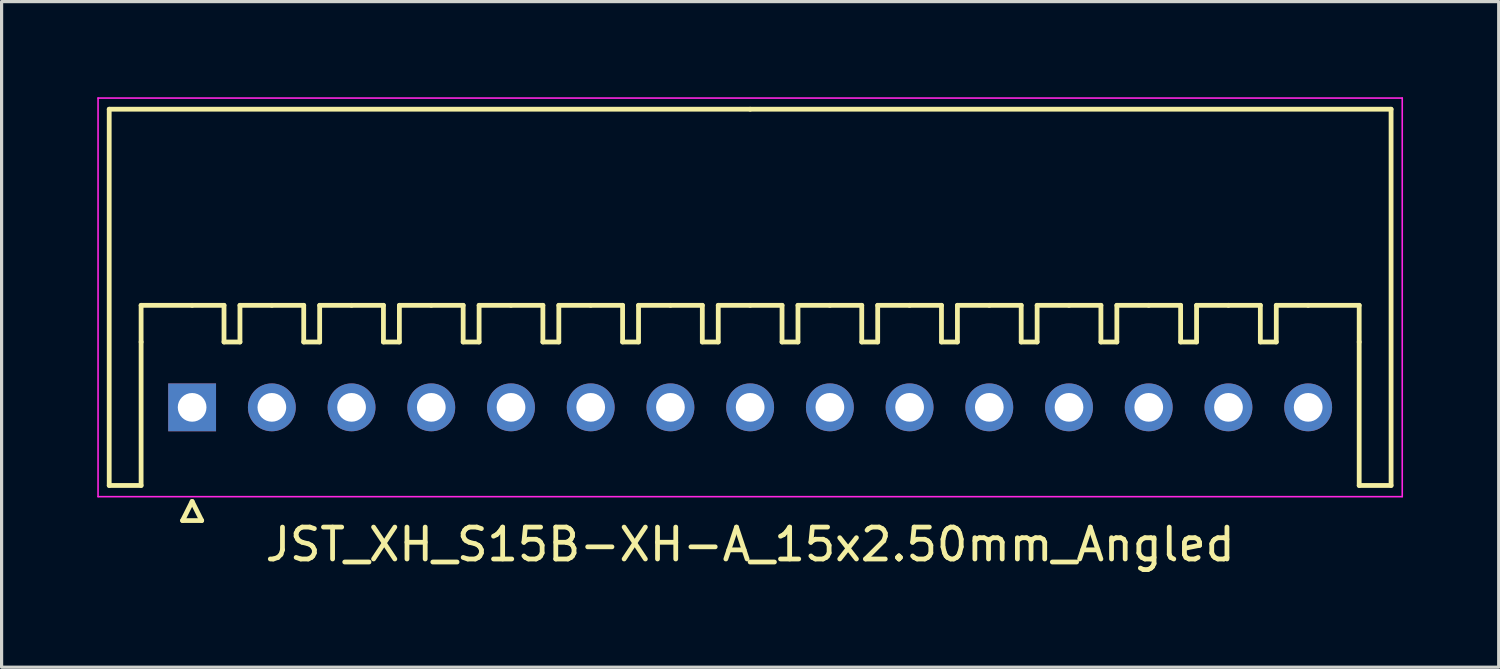
<source format=kicad_pcb>
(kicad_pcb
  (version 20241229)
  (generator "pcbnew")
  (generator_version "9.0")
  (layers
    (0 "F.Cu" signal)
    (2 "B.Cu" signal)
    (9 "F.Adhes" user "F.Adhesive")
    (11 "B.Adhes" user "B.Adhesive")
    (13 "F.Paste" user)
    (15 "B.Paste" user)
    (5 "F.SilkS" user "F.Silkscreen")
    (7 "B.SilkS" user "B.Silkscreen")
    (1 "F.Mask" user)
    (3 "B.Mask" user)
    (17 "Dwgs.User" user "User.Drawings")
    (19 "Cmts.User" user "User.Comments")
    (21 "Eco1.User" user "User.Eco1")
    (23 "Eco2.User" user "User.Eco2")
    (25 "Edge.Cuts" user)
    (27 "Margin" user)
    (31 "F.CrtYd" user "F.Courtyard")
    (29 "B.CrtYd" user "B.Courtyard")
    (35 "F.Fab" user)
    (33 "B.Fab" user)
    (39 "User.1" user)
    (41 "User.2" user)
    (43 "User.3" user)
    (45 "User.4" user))
  (footprint "JST_XH_S15B-XH-A_15x2.50mm_Angled"
    (layer "F.Cu")
    (at 2.975 9.725)
    (property "Reference" "JST_XH_S15B-XH-A_15x2.50mm_Angled" (at 17.5 4.3 0) (layer "F.SilkS") (effects (font (size 1 1) (thickness 0.15))))
    (attr through_hole)
    (fp_line (start -2.6 -9.35) (end -2.6 2.45) (stroke (width 0.15) (type solid)) (layer "F.SilkS"))
    (fp_line (start -2.6 2.45) (end -1.6 2.45) (stroke (width 0.15) (type solid)) (layer "F.SilkS"))
    (fp_line (start -1.6 -3.2) (end 0 -3.2) (stroke (width 0.15) (type solid)) (layer "F.SilkS"))
    (fp_line (start -1.6 -2.05) (end -1.6 -3.2) (stroke (width 0.15) (type solid)) (layer "F.SilkS"))
    (fp_line (start -1.6 2.45) (end -1.6 -2.05) (stroke (width 0.15) (type solid)) (layer "F.SilkS"))
    (fp_line (start -0.3 3.55) (end 0.3 3.55) (stroke (width 0.15) (type solid)) (layer "F.SilkS"))
    (fp_line (start 0 -3.2) (end 1 -3.2) (stroke (width 0.15) (type solid)) (layer "F.SilkS"))
    (fp_line (start 0 2.95) (end -0.3 3.55) (stroke (width 0.15) (type solid)) (layer "F.SilkS"))
    (fp_line (start 0.3 3.55) (end 0 2.95) (stroke (width 0.15) (type solid)) (layer "F.SilkS"))
    (fp_line (start 1 -3.2) (end 1 -2.05) (stroke (width 0.15) (type solid)) (layer "F.SilkS"))
    (fp_line (start 1 -2.05) (end 1.5 -2.05) (stroke (width 0.15) (type solid)) (layer "F.SilkS"))
    (fp_line (start 1.5 -3.2) (end 2.5 -3.2) (stroke (width 0.15) (type solid)) (layer "F.SilkS"))
    (fp_line (start 1.5 -2.05) (end 1.5 -3.2) (stroke (width 0.15) (type solid)) (layer "F.SilkS"))
    (fp_line (start 2.5 -3.2) (end 3.5 -3.2) (stroke (width 0.15) (type solid)) (layer "F.SilkS"))
    (fp_line (start 3.5 -3.2) (end 3.5 -2.05) (stroke (width 0.15) (type solid)) (layer "F.SilkS"))
    (fp_line (start 3.5 -2.05) (end 4 -2.05) (stroke (width 0.15) (type solid)) (layer "F.SilkS"))
    (fp_line (start 4 -3.2) (end 5 -3.2) (stroke (width 0.15) (type solid)) (layer "F.SilkS"))
    (fp_line (start 4 -2.05) (end 4 -3.2) (stroke (width 0.15) (type solid)) (layer "F.SilkS"))
    (fp_line (start 5 -3.2) (end 6 -3.2) (stroke (width 0.15) (type solid)) (layer "F.SilkS"))
    (fp_line (start 6 -3.2) (end 6 -2.05) (stroke (width 0.15) (type solid)) (layer "F.SilkS"))
    (fp_line (start 6 -2.05) (end 6.5 -2.05) (stroke (width 0.15) (type solid)) (layer "F.SilkS"))
    (fp_line (start 6.5 -3.2) (end 7.5 -3.2) (stroke (width 0.15) (type solid)) (layer "F.SilkS"))
    (fp_line (start 6.5 -2.05) (end 6.5 -3.2) (stroke (width 0.15) (type solid)) (layer "F.SilkS"))
    (fp_line (start 7.5 -3.2) (end 8.5 -3.2) (stroke (width 0.15) (type solid)) (layer "F.SilkS"))
    (fp_line (start 8.5 -3.2) (end 8.5 -2.05) (stroke (width 0.15) (type solid)) (layer "F.SilkS"))
    (fp_line (start 8.5 -2.05) (end 9 -2.05) (stroke (width 0.15) (type solid)) (layer "F.SilkS"))
    (fp_line (start 9 -3.2) (end 10 -3.2) (stroke (width 0.15) (type solid)) (layer "F.SilkS"))
    (fp_line (start 9 -2.05) (end 9 -3.2) (stroke (width 0.15) (type solid)) (layer "F.SilkS"))
    (fp_line (start 10 -3.2) (end 11 -3.2) (stroke (width 0.15) (type solid)) (layer "F.SilkS"))
    (fp_line (start 11 -3.2) (end 11 -2.05) (stroke (width 0.15) (type solid)) (layer "F.SilkS"))
    (fp_line (start 11 -2.05) (end 11.5 -2.05) (stroke (width 0.15) (type solid)) (layer "F.SilkS"))
    (fp_line (start 11.5 -3.2) (end 12.5 -3.2) (stroke (width 0.15) (type solid)) (layer "F.SilkS"))
    (fp_line (start 11.5 -2.05) (end 11.5 -3.2) (stroke (width 0.15) (type solid)) (layer "F.SilkS"))
    (fp_line (start 12.5 -3.2) (end 13.5 -3.2) (stroke (width 0.15) (type solid)) (layer "F.SilkS"))
    (fp_line (start 13.5 -3.2) (end 13.5 -2.05) (stroke (width 0.15) (type solid)) (layer "F.SilkS"))
    (fp_line (start 13.5 -2.05) (end 14 -2.05) (stroke (width 0.15) (type solid)) (layer "F.SilkS"))
    (fp_line (start 14 -3.2) (end 15 -3.2) (stroke (width 0.15) (type solid)) (layer "F.SilkS"))
    (fp_line (start 14 -2.05) (end 14 -3.2) (stroke (width 0.15) (type solid)) (layer "F.SilkS"))
    (fp_line (start 15 -3.2) (end 16 -3.2) (stroke (width 0.15) (type solid)) (layer "F.SilkS"))
    (fp_line (start 16 -3.2) (end 16 -2.05) (stroke (width 0.15) (type solid)) (layer "F.SilkS"))
    (fp_line (start 16 -2.05) (end 16.5 -2.05) (stroke (width 0.15) (type solid)) (layer "F.SilkS"))
    (fp_line (start 16.5 -3.2) (end 17.5 -3.2) (stroke (width 0.15) (type solid)) (layer "F.SilkS"))
    (fp_line (start 16.5 -2.05) (end 16.5 -3.2) (stroke (width 0.15) (type solid)) (layer "F.SilkS"))
    (fp_line (start 17.5 -9.35) (end -2.6 -9.35) (stroke (width 0.15) (type solid)) (layer "F.SilkS"))
    (fp_line (start 17.5 -9.35) (end 37.6 -9.35) (stroke (width 0.15) (type solid)) (layer "F.SilkS"))
    (fp_line (start 17.5 -3.2) (end 18.5 -3.2) (stroke (width 0.15) (type solid)) (layer "F.SilkS"))
    (fp_line (start 18.5 -3.2) (end 18.5 -2.05) (stroke (width 0.15) (type solid)) (layer "F.SilkS"))
    (fp_line (start 18.5 -2.05) (end 19 -2.05) (stroke (width 0.15) (type solid)) (layer "F.SilkS"))
    (fp_line (start 19 -3.2) (end 20 -3.2) (stroke (width 0.15) (type solid)) (layer "F.SilkS"))
    (fp_line (start 19 -2.05) (end 19 -3.2) (stroke (width 0.15) (type solid)) (layer "F.SilkS"))
    (fp_line (start 20 -3.2) (end 21 -3.2) (stroke (width 0.15) (type solid)) (layer "F.SilkS"))
    (fp_line (start 21 -3.2) (end 21 -2.05) (stroke (width 0.15) (type solid)) (layer "F.SilkS"))
    (fp_line (start 21 -2.05) (end 21.5 -2.05) (stroke (width 0.15) (type solid)) (layer "F.SilkS"))
    (fp_line (start 21.5 -3.2) (end 22.5 -3.2) (stroke (width 0.15) (type solid)) (layer "F.SilkS"))
    (fp_line (start 21.5 -2.05) (end 21.5 -3.2) (stroke (width 0.15) (type solid)) (layer "F.SilkS"))
    (fp_line (start 22.5 -3.2) (end 23.5 -3.2) (stroke (width 0.15) (type solid)) (layer "F.SilkS"))
    (fp_line (start 23.5 -3.2) (end 23.5 -2.05) (stroke (width 0.15) (type solid)) (layer "F.SilkS"))
    (fp_line (start 23.5 -2.05) (end 24 -2.05) (stroke (width 0.15) (type solid)) (layer "F.SilkS"))
    (fp_line (start 24 -3.2) (end 25 -3.2) (stroke (width 0.15) (type solid)) (layer "F.SilkS"))
    (fp_line (start 24 -2.05) (end 24 -3.2) (stroke (width 0.15) (type solid)) (layer "F.SilkS"))
    (fp_line (start 25 -3.2) (end 26 -3.2) (stroke (width 0.15) (type solid)) (layer "F.SilkS"))
    (fp_line (start 26 -3.2) (end 26 -2.05) (stroke (width 0.15) (type solid)) (layer "F.SilkS"))
    (fp_line (start 26 -2.05) (end 26.5 -2.05) (stroke (width 0.15) (type solid)) (layer "F.SilkS"))
    (fp_line (start 26.5 -3.2) (end 27.5 -3.2) (stroke (width 0.15) (type solid)) (layer "F.SilkS"))
    (fp_line (start 26.5 -2.05) (end 26.5 -3.2) (stroke (width 0.15) (type solid)) (layer "F.SilkS"))
    (fp_line (start 27.5 -3.2) (end 28.5 -3.2) (stroke (width 0.15) (type solid)) (layer "F.SilkS"))
    (fp_line (start 28.5 -3.2) (end 28.5 -2.05) (stroke (width 0.15) (type solid)) (layer "F.SilkS"))
    (fp_line (start 28.5 -2.05) (end 29 -2.05) (stroke (width 0.15) (type solid)) (layer "F.SilkS"))
    (fp_line (start 29 -3.2) (end 30 -3.2) (stroke (width 0.15) (type solid)) (layer "F.SilkS"))
    (fp_line (start 29 -2.05) (end 29 -3.2) (stroke (width 0.15) (type solid)) (layer "F.SilkS"))
    (fp_line (start 30 -3.2) (end 31 -3.2) (stroke (width 0.15) (type solid)) (layer "F.SilkS"))
    (fp_line (start 31 -3.2) (end 31 -2.05) (stroke (width 0.15) (type solid)) (layer "F.SilkS"))
    (fp_line (start 31 -2.05) (end 31.5 -2.05) (stroke (width 0.15) (type solid)) (layer "F.SilkS"))
    (fp_line (start 31.5 -3.2) (end 32.5 -3.2) (stroke (width 0.15) (type solid)) (layer "F.SilkS"))
    (fp_line (start 31.5 -2.05) (end 31.5 -3.2) (stroke (width 0.15) (type solid)) (layer "F.SilkS"))
    (fp_line (start 32.5 -3.2) (end 33.5 -3.2) (stroke (width 0.15) (type solid)) (layer "F.SilkS"))
    (fp_line (start 33.5 -3.2) (end 33.5 -2.05) (stroke (width 0.15) (type solid)) (layer "F.SilkS"))
    (fp_line (start 33.5 -2.05) (end 34 -2.05) (stroke (width 0.15) (type solid)) (layer "F.SilkS"))
    (fp_line (start 34 -3.2) (end 35 -3.2) (stroke (width 0.15) (type solid)) (layer "F.SilkS"))
    (fp_line (start 34 -2.05) (end 34 -3.2) (stroke (width 0.15) (type solid)) (layer "F.SilkS"))
    (fp_line (start 36.6 -3.2) (end 35 -3.2) (stroke (width 0.15) (type solid)) (layer "F.SilkS"))
    (fp_line (start 36.6 -2.05) (end 36.6 -3.2) (stroke (width 0.15) (type solid)) (layer "F.SilkS"))
    (fp_line (start 36.6 2.45) (end 36.6 -2.05) (stroke (width 0.15) (type solid)) (layer "F.SilkS"))
    (fp_line (start 37.6 -9.35) (end 37.6 2.45) (stroke (width 0.15) (type solid)) (layer "F.SilkS"))
    (fp_line (start 37.6 2.45) (end 36.6 2.45) (stroke (width 0.15) (type solid)) (layer "F.SilkS"))
    (fp_line (start -2.95 -9.7) (end -2.95 2.8) (stroke (width 0.05) (type solid)) (layer "F.CrtYd"))
    (fp_line (start -2.95 2.8) (end 37.95 2.8) (stroke (width 0.05) (type solid)) (layer "F.CrtYd"))
    (fp_line (start 37.95 -9.7) (end -2.95 -9.7) (stroke (width 0.05) (type solid)) (layer "F.CrtYd"))
    (fp_line (start 37.95 2.8) (end 37.95 -9.7) (stroke (width 0.05) (type solid)) (layer "F.CrtYd"))
    (pad "1" thru_hole rect (at 0 0) (size 1.5 1.5) (drill 0.9) (layers "*.Cu" "*.Mask"))
    (pad "2" thru_hole circle (at 2.5 0) (size 1.5 1.5) (drill 0.9) (layers "*.Cu" "*.Mask"))
    (pad "3" thru_hole circle (at 5 0) (size 1.5 1.5) (drill 0.9) (layers "*.Cu" "*.Mask"))
    (pad "4" thru_hole circle (at 7.5 0) (size 1.5 1.5) (drill 0.9) (layers "*.Cu" "*.Mask"))
    (pad "5" thru_hole circle (at 10 0) (size 1.5 1.5) (drill 0.9) (layers "*.Cu" "*.Mask"))
    (pad "6" thru_hole circle (at 12.5 0) (size 1.5 1.5) (drill 0.9) (layers "*.Cu" "*.Mask"))
    (pad "7" thru_hole circle (at 15 0) (size 1.5 1.5) (drill 0.9) (layers "*.Cu" "*.Mask"))
    (pad "8" thru_hole circle (at 17.5 0) (size 1.5 1.5) (drill 0.9) (layers "*.Cu" "*.Mask"))
    (pad "9" thru_hole circle (at 20 0) (size 1.5 1.5) (drill 0.9) (layers "*.Cu" "*.Mask"))
    (pad "10" thru_hole circle (at 22.5 0) (size 1.5 1.5) (drill 0.9) (layers "*.Cu" "*.Mask"))
    (pad "11" thru_hole circle (at 25 0) (size 1.5 1.5) (drill 0.9) (layers "*.Cu" "*.Mask"))
    (pad "12" thru_hole circle (at 27.5 0) (size 1.5 1.5) (drill 0.9) (layers "*.Cu" "*.Mask"))
    (pad "13" thru_hole circle (at 30 0) (size 1.5 1.5) (drill 0.9) (layers "*.Cu" "*.Mask"))
    (pad "14" thru_hole circle (at 32.5 0) (size 1.5 1.5) (drill 0.9) (layers "*.Cu" "*.Mask"))
    (pad "15" thru_hole circle (at 35 0) (size 1.5 1.5) (drill 0.9) (layers "*.Cu" "*.Mask")))
  (gr_rect
    (start -3 -3)
    (end 43.95 17.873)
    (stroke (width 0.1) (type default))
    (fill no)
    (layer "Edge.Cuts")))
</source>
